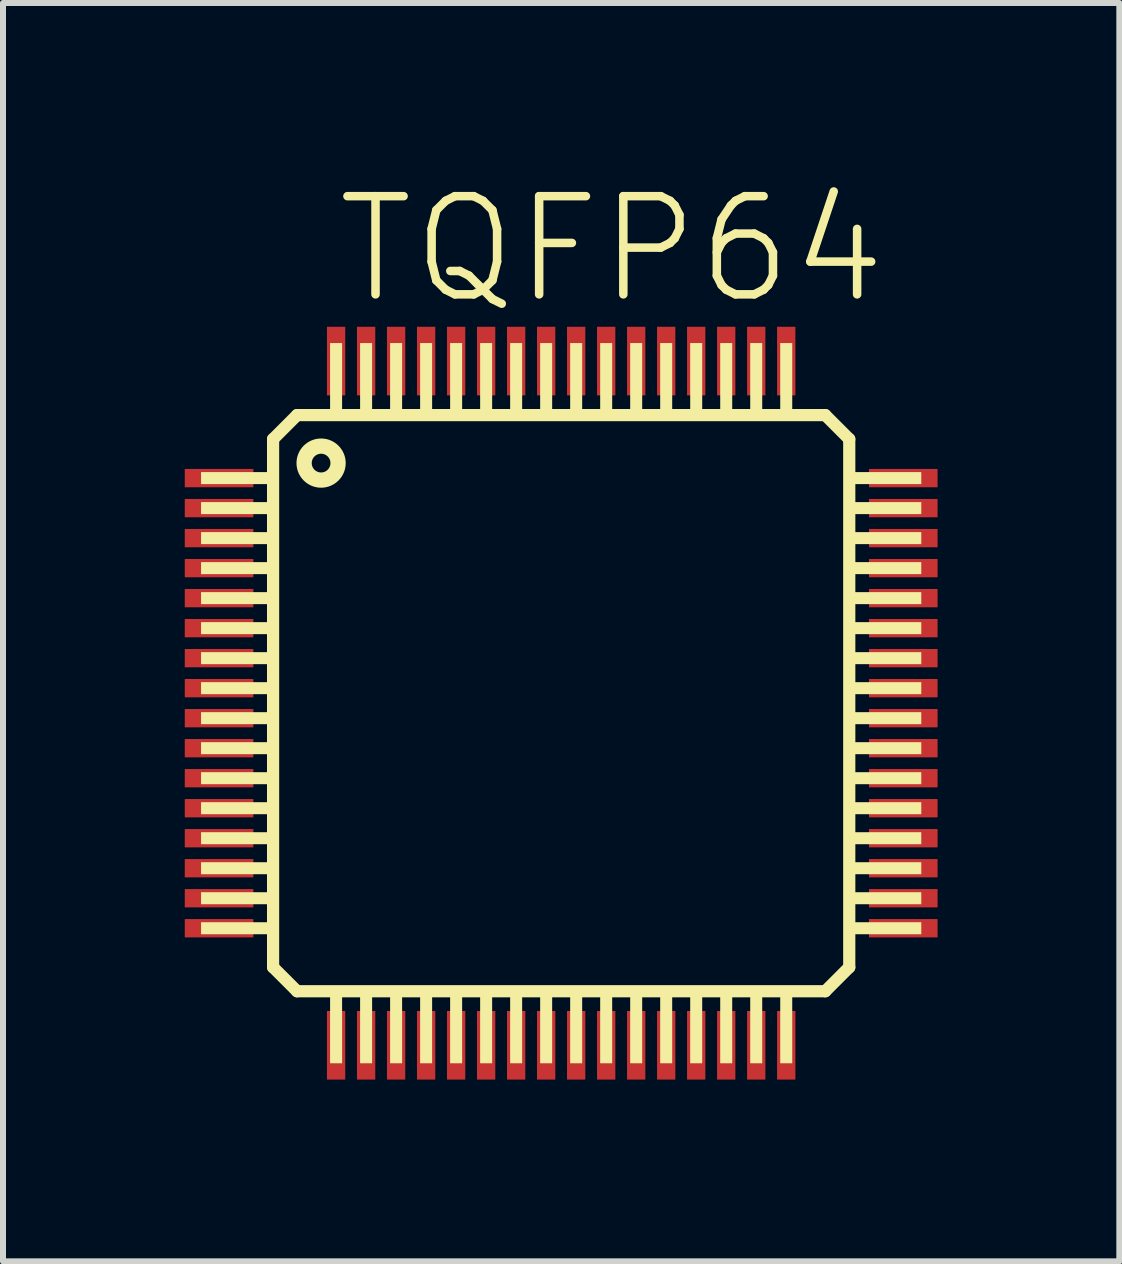
<source format=kicad_pcb>
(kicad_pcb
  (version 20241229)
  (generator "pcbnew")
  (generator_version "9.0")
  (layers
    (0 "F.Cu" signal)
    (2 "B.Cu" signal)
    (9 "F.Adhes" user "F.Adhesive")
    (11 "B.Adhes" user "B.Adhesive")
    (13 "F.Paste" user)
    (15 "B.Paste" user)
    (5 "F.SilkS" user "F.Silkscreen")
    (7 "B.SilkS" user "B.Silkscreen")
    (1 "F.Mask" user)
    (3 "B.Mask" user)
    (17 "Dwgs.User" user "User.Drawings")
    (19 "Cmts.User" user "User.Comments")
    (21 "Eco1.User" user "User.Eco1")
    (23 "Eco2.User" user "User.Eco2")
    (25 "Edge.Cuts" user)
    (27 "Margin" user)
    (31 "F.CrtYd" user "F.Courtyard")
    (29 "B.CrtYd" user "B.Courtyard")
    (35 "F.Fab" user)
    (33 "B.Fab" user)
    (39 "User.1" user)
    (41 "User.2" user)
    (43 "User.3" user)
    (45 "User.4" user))
  (footprint "TQFP64"
    (layer "F.Cu")
    (at 6.3 8.666)
    (property "Reference" "TQFP64" (at -3.81 -6.604 0) (layer "F.SilkS") (effects (font (size 1.636 1.636) (thickness 0.142)) (justify left bottom)))
    (fp_line (start -4.8 -4.4) (end -4.4 -4.8) (stroke (width 0.203) (type solid)) (layer "F.SilkS"))
    (fp_line (start -4.8 4.4) (end -4.8 -4.4) (stroke (width 0.203) (type solid)) (layer "F.SilkS"))
    (fp_line (start -4.4 -4.8) (end 4.4 -4.8) (stroke (width 0.203) (type solid)) (layer "F.SilkS"))
    (fp_line (start -4.4 4.8) (end -4.8 4.4) (stroke (width 0.203) (type solid)) (layer "F.SilkS"))
    (fp_line (start 4.4 -4.8) (end 4.8 -4.4) (stroke (width 0.203) (type solid)) (layer "F.SilkS"))
    (fp_line (start 4.4 4.8) (end -4.4 4.8) (stroke (width 0.203) (type solid)) (layer "F.SilkS"))
    (fp_line (start 4.8 -4.4) (end 4.8 4.4) (stroke (width 0.203) (type solid)) (layer "F.SilkS"))
    (fp_line (start 4.8 4.4) (end 4.4 4.8) (stroke (width 0.203) (type solid)) (layer "F.SilkS"))
    (fp_circle (center -4 -4) (end -3.717 -4) (stroke (width 0.254) (type solid)) (fill no) (layer "F.SilkS"))
    (fp_poly (pts (xy -6 -3.65) (xy -4.8 -3.65) (xy -4.8 -3.85) (xy -6 -3.85)) (stroke (width 0) (type solid)) (fill yes) (layer "F.SilkS"))
    (fp_poly (pts (xy -6 -3.15) (xy -4.8 -3.15) (xy -4.8 -3.35) (xy -6 -3.35)) (stroke (width 0) (type solid)) (fill yes) (layer "F.SilkS"))
    (fp_poly (pts (xy -6 -2.65) (xy -4.8 -2.65) (xy -4.8 -2.85) (xy -6 -2.85)) (stroke (width 0) (type solid)) (fill yes) (layer "F.SilkS"))
    (fp_poly (pts (xy -6 -2.15) (xy -4.8 -2.15) (xy -4.8 -2.35) (xy -6 -2.35)) (stroke (width 0) (type solid)) (fill yes) (layer "F.SilkS"))
    (fp_poly (pts (xy -6 -1.65) (xy -4.8 -1.65) (xy -4.8 -1.85) (xy -6 -1.85)) (stroke (width 0) (type solid)) (fill yes) (layer "F.SilkS"))
    (fp_poly (pts (xy -6 -1.15) (xy -4.8 -1.15) (xy -4.8 -1.35) (xy -6 -1.35)) (stroke (width 0) (type solid)) (fill yes) (layer "F.SilkS"))
    (fp_poly (pts (xy -6 -0.65) (xy -4.8 -0.65) (xy -4.8 -0.85) (xy -6 -0.85)) (stroke (width 0) (type solid)) (fill yes) (layer "F.SilkS"))
    (fp_poly (pts (xy -6 -0.15) (xy -4.8 -0.15) (xy -4.8 -0.35) (xy -6 -0.35)) (stroke (width 0) (type solid)) (fill yes) (layer "F.SilkS"))
    (fp_poly (pts (xy -6 0.35) (xy -4.8 0.35) (xy -4.8 0.15) (xy -6 0.15)) (stroke (width 0) (type solid)) (fill yes) (layer "F.SilkS"))
    (fp_poly (pts (xy -6 0.85) (xy -4.8 0.85) (xy -4.8 0.65) (xy -6 0.65)) (stroke (width 0) (type solid)) (fill yes) (layer "F.SilkS"))
    (fp_poly (pts (xy -6 1.35) (xy -4.8 1.35) (xy -4.8 1.15) (xy -6 1.15)) (stroke (width 0) (type solid)) (fill yes) (layer "F.SilkS"))
    (fp_poly (pts (xy -6 1.85) (xy -4.8 1.85) (xy -4.8 1.65) (xy -6 1.65)) (stroke (width 0) (type solid)) (fill yes) (layer "F.SilkS"))
    (fp_poly (pts (xy -6 2.35) (xy -4.8 2.35) (xy -4.8 2.15) (xy -6 2.15)) (stroke (width 0) (type solid)) (fill yes) (layer "F.SilkS"))
    (fp_poly (pts (xy -6 2.85) (xy -4.8 2.85) (xy -4.8 2.65) (xy -6 2.65)) (stroke (width 0) (type solid)) (fill yes) (layer "F.SilkS"))
    (fp_poly (pts (xy -6 3.35) (xy -4.8 3.35) (xy -4.8 3.15) (xy -6 3.15)) (stroke (width 0) (type solid)) (fill yes) (layer "F.SilkS"))
    (fp_poly (pts (xy -6 3.85) (xy -4.8 3.85) (xy -4.8 3.65) (xy -6 3.65)) (stroke (width 0) (type solid)) (fill yes) (layer "F.SilkS"))
    (fp_poly (pts (xy -3.85 -4.8) (xy -3.65 -4.8) (xy -3.65 -6) (xy -3.85 -6)) (stroke (width 0) (type solid)) (fill yes) (layer "F.SilkS"))
    (fp_poly (pts (xy -3.85 6) (xy -3.65 6) (xy -3.65 4.8) (xy -3.85 4.8)) (stroke (width 0) (type solid)) (fill yes) (layer "F.SilkS"))
    (fp_poly (pts (xy -3.35 -4.8) (xy -3.15 -4.8) (xy -3.15 -6) (xy -3.35 -6)) (stroke (width 0) (type solid)) (fill yes) (layer "F.SilkS"))
    (fp_poly (pts (xy -3.35 6) (xy -3.15 6) (xy -3.15 4.8) (xy -3.35 4.8)) (stroke (width 0) (type solid)) (fill yes) (layer "F.SilkS"))
    (fp_poly (pts (xy -2.85 -4.8) (xy -2.65 -4.8) (xy -2.65 -6) (xy -2.85 -6)) (stroke (width 0) (type solid)) (fill yes) (layer "F.SilkS"))
    (fp_poly (pts (xy -2.85 6) (xy -2.65 6) (xy -2.65 4.8) (xy -2.85 4.8)) (stroke (width 0) (type solid)) (fill yes) (layer "F.SilkS"))
    (fp_poly (pts (xy -2.35 -4.8) (xy -2.15 -4.8) (xy -2.15 -6) (xy -2.35 -6)) (stroke (width 0) (type solid)) (fill yes) (layer "F.SilkS"))
    (fp_poly (pts (xy -2.35 6) (xy -2.15 6) (xy -2.15 4.8) (xy -2.35 4.8)) (stroke (width 0) (type solid)) (fill yes) (layer "F.SilkS"))
    (fp_poly (pts (xy -1.85 -4.8) (xy -1.65 -4.8) (xy -1.65 -6) (xy -1.85 -6)) (stroke (width 0) (type solid)) (fill yes) (layer "F.SilkS"))
    (fp_poly (pts (xy -1.85 6) (xy -1.65 6) (xy -1.65 4.8) (xy -1.85 4.8)) (stroke (width 0) (type solid)) (fill yes) (layer "F.SilkS"))
    (fp_poly (pts (xy -1.35 -4.8) (xy -1.15 -4.8) (xy -1.15 -6) (xy -1.35 -6)) (stroke (width 0) (type solid)) (fill yes) (layer "F.SilkS"))
    (fp_poly (pts (xy -1.35 6) (xy -1.15 6) (xy -1.15 4.8) (xy -1.35 4.8)) (stroke (width 0) (type solid)) (fill yes) (layer "F.SilkS"))
    (fp_poly (pts (xy -0.85 -4.8) (xy -0.65 -4.8) (xy -0.65 -6) (xy -0.85 -6)) (stroke (width 0) (type solid)) (fill yes) (layer "F.SilkS"))
    (fp_poly (pts (xy -0.85 6) (xy -0.65 6) (xy -0.65 4.8) (xy -0.85 4.8)) (stroke (width 0) (type solid)) (fill yes) (layer "F.SilkS"))
    (fp_poly (pts (xy -0.35 -4.8) (xy -0.15 -4.8) (xy -0.15 -6) (xy -0.35 -6)) (stroke (width 0) (type solid)) (fill yes) (layer "F.SilkS"))
    (fp_poly (pts (xy -0.35 6) (xy -0.15 6) (xy -0.15 4.8) (xy -0.35 4.8)) (stroke (width 0) (type solid)) (fill yes) (layer "F.SilkS"))
    (fp_poly (pts (xy 0.15 -4.8) (xy 0.35 -4.8) (xy 0.35 -6) (xy 0.15 -6)) (stroke (width 0) (type solid)) (fill yes) (layer "F.SilkS"))
    (fp_poly (pts (xy 0.15 6) (xy 0.35 6) (xy 0.35 4.8) (xy 0.15 4.8)) (stroke (width 0) (type solid)) (fill yes) (layer "F.SilkS"))
    (fp_poly (pts (xy 0.65 -4.8) (xy 0.85 -4.8) (xy 0.85 -6) (xy 0.65 -6)) (stroke (width 0) (type solid)) (fill yes) (layer "F.SilkS"))
    (fp_poly (pts (xy 0.65 6) (xy 0.85 6) (xy 0.85 4.8) (xy 0.65 4.8)) (stroke (width 0) (type solid)) (fill yes) (layer "F.SilkS"))
    (fp_poly (pts (xy 1.15 -4.8) (xy 1.35 -4.8) (xy 1.35 -6) (xy 1.15 -6)) (stroke (width 0) (type solid)) (fill yes) (layer "F.SilkS"))
    (fp_poly (pts (xy 1.15 6) (xy 1.35 6) (xy 1.35 4.8) (xy 1.15 4.8)) (stroke (width 0) (type solid)) (fill yes) (layer "F.SilkS"))
    (fp_poly (pts (xy 1.65 -4.8) (xy 1.85 -4.8) (xy 1.85 -6) (xy 1.65 -6)) (stroke (width 0) (type solid)) (fill yes) (layer "F.SilkS"))
    (fp_poly (pts (xy 1.65 6) (xy 1.85 6) (xy 1.85 4.8) (xy 1.65 4.8)) (stroke (width 0) (type solid)) (fill yes) (layer "F.SilkS"))
    (fp_poly (pts (xy 2.15 -4.8) (xy 2.35 -4.8) (xy 2.35 -6) (xy 2.15 -6)) (stroke (width 0) (type solid)) (fill yes) (layer "F.SilkS"))
    (fp_poly (pts (xy 2.15 6) (xy 2.35 6) (xy 2.35 4.8) (xy 2.15 4.8)) (stroke (width 0) (type solid)) (fill yes) (layer "F.SilkS"))
    (fp_poly (pts (xy 2.65 -4.8) (xy 2.85 -4.8) (xy 2.85 -6) (xy 2.65 -6)) (stroke (width 0) (type solid)) (fill yes) (layer "F.SilkS"))
    (fp_poly (pts (xy 2.65 6) (xy 2.85 6) (xy 2.85 4.8) (xy 2.65 4.8)) (stroke (width 0) (type solid)) (fill yes) (layer "F.SilkS"))
    (fp_poly (pts (xy 3.15 -4.8) (xy 3.35 -4.8) (xy 3.35 -6) (xy 3.15 -6)) (stroke (width 0) (type solid)) (fill yes) (layer "F.SilkS"))
    (fp_poly (pts (xy 3.15 6) (xy 3.35 6) (xy 3.35 4.8) (xy 3.15 4.8)) (stroke (width 0) (type solid)) (fill yes) (layer "F.SilkS"))
    (fp_poly (pts (xy 3.65 -4.8) (xy 3.85 -4.8) (xy 3.85 -6) (xy 3.65 -6)) (stroke (width 0) (type solid)) (fill yes) (layer "F.SilkS"))
    (fp_poly (pts (xy 3.65 6) (xy 3.85 6) (xy 3.85 4.8) (xy 3.65 4.8)) (stroke (width 0) (type solid)) (fill yes) (layer "F.SilkS"))
    (fp_poly (pts (xy 4.8 -3.65) (xy 6 -3.65) (xy 6 -3.85) (xy 4.8 -3.85)) (stroke (width 0) (type solid)) (fill yes) (layer "F.SilkS"))
    (fp_poly (pts (xy 4.8 -3.15) (xy 6 -3.15) (xy 6 -3.35) (xy 4.8 -3.35)) (stroke (width 0) (type solid)) (fill yes) (layer "F.SilkS"))
    (fp_poly (pts (xy 4.8 -2.65) (xy 6 -2.65) (xy 6 -2.85) (xy 4.8 -2.85)) (stroke (width 0) (type solid)) (fill yes) (layer "F.SilkS"))
    (fp_poly (pts (xy 4.8 -2.15) (xy 6 -2.15) (xy 6 -2.35) (xy 4.8 -2.35)) (stroke (width 0) (type solid)) (fill yes) (layer "F.SilkS"))
    (fp_poly (pts (xy 4.8 -1.65) (xy 6 -1.65) (xy 6 -1.85) (xy 4.8 -1.85)) (stroke (width 0) (type solid)) (fill yes) (layer "F.SilkS"))
    (fp_poly (pts (xy 4.8 -1.15) (xy 6 -1.15) (xy 6 -1.35) (xy 4.8 -1.35)) (stroke (width 0) (type solid)) (fill yes) (layer "F.SilkS"))
    (fp_poly (pts (xy 4.8 -0.65) (xy 6 -0.65) (xy 6 -0.85) (xy 4.8 -0.85)) (stroke (width 0) (type solid)) (fill yes) (layer "F.SilkS"))
    (fp_poly (pts (xy 4.8 -0.15) (xy 6 -0.15) (xy 6 -0.35) (xy 4.8 -0.35)) (stroke (width 0) (type solid)) (fill yes) (layer "F.SilkS"))
    (fp_poly (pts (xy 4.8 0.35) (xy 6 0.35) (xy 6 0.15) (xy 4.8 0.15)) (stroke (width 0) (type solid)) (fill yes) (layer "F.SilkS"))
    (fp_poly (pts (xy 4.8 0.85) (xy 6 0.85) (xy 6 0.65) (xy 4.8 0.65)) (stroke (width 0) (type solid)) (fill yes) (layer "F.SilkS"))
    (fp_poly (pts (xy 4.8 1.35) (xy 6 1.35) (xy 6 1.15) (xy 4.8 1.15)) (stroke (width 0) (type solid)) (fill yes) (layer "F.SilkS"))
    (fp_poly (pts (xy 4.8 1.85) (xy 6 1.85) (xy 6 1.65) (xy 4.8 1.65)) (stroke (width 0) (type solid)) (fill yes) (layer "F.SilkS"))
    (fp_poly (pts (xy 4.8 2.35) (xy 6 2.35) (xy 6 2.15) (xy 4.8 2.15)) (stroke (width 0) (type solid)) (fill yes) (layer "F.SilkS"))
    (fp_poly (pts (xy 4.8 2.85) (xy 6 2.85) (xy 6 2.65) (xy 4.8 2.65)) (stroke (width 0) (type solid)) (fill yes) (layer "F.SilkS"))
    (fp_poly (pts (xy 4.8 3.35) (xy 6 3.35) (xy 6 3.15) (xy 4.8 3.15)) (stroke (width 0) (type solid)) (fill yes) (layer "F.SilkS"))
    (fp_poly (pts (xy 4.8 3.85) (xy 6 3.85) (xy 6 3.65) (xy 4.8 3.65)) (stroke (width 0) (type solid)) (fill yes) (layer "F.SilkS"))
    (fp_poly (pts (xy -6.3 -3.6) (xy -5.4 -3.6) (xy -5.4 -3.9) (xy -6.3 -3.9)) (stroke (width 0) (type solid)) (fill yes) (layer "F.Paste"))
    (fp_poly (pts (xy -6.3 -3.1) (xy -5.4 -3.1) (xy -5.4 -3.4) (xy -6.3 -3.4)) (stroke (width 0) (type solid)) (fill yes) (layer "F.Paste"))
    (fp_poly (pts (xy -6.3 -2.6) (xy -5.4 -2.6) (xy -5.4 -2.9) (xy -6.3 -2.9)) (stroke (width 0) (type solid)) (fill yes) (layer "F.Paste"))
    (fp_poly (pts (xy -6.3 -2.1) (xy -5.4 -2.1) (xy -5.4 -2.4) (xy -6.3 -2.4)) (stroke (width 0) (type solid)) (fill yes) (layer "F.Paste"))
    (fp_poly (pts (xy -6.3 -1.6) (xy -5.4 -1.6) (xy -5.4 -1.9) (xy -6.3 -1.9)) (stroke (width 0) (type solid)) (fill yes) (layer "F.Paste"))
    (fp_poly (pts (xy -6.3 -1.1) (xy -5.4 -1.1) (xy -5.4 -1.4) (xy -6.3 -1.4)) (stroke (width 0) (type solid)) (fill yes) (layer "F.Paste"))
    (fp_poly (pts (xy -6.3 -0.6) (xy -5.4 -0.6) (xy -5.4 -0.9) (xy -6.3 -0.9)) (stroke (width 0) (type solid)) (fill yes) (layer "F.Paste"))
    (fp_poly (pts (xy -6.3 -0.1) (xy -5.4 -0.1) (xy -5.4 -0.4) (xy -6.3 -0.4)) (stroke (width 0) (type solid)) (fill yes) (layer "F.Paste"))
    (fp_poly (pts (xy -6.3 0.4) (xy -5.4 0.4) (xy -5.4 0.1) (xy -6.3 0.1)) (stroke (width 0) (type solid)) (fill yes) (layer "F.Paste"))
    (fp_poly (pts (xy -6.3 0.9) (xy -5.4 0.9) (xy -5.4 0.6) (xy -6.3 0.6)) (stroke (width 0) (type solid)) (fill yes) (layer "F.Paste"))
    (fp_poly (pts (xy -6.3 1.4) (xy -5.4 1.4) (xy -5.4 1.1) (xy -6.3 1.1)) (stroke (width 0) (type solid)) (fill yes) (layer "F.Paste"))
    (fp_poly (pts (xy -6.3 1.9) (xy -5.4 1.9) (xy -5.4 1.6) (xy -6.3 1.6)) (stroke (width 0) (type solid)) (fill yes) (layer "F.Paste"))
    (fp_poly (pts (xy -6.3 2.4) (xy -5.4 2.4) (xy -5.4 2.1) (xy -6.3 2.1)) (stroke (width 0) (type solid)) (fill yes) (layer "F.Paste"))
    (fp_poly (pts (xy -6.3 2.9) (xy -5.4 2.9) (xy -5.4 2.6) (xy -6.3 2.6)) (stroke (width 0) (type solid)) (fill yes) (layer "F.Paste"))
    (fp_poly (pts (xy -6.3 3.4) (xy -5.4 3.4) (xy -5.4 3.1) (xy -6.3 3.1)) (stroke (width 0) (type solid)) (fill yes) (layer "F.Paste"))
    (fp_poly (pts (xy -6.3 3.9) (xy -5.4 3.9) (xy -5.4 3.6) (xy -6.3 3.6)) (stroke (width 0) (type solid)) (fill yes) (layer "F.Paste"))
    (fp_poly (pts (xy -3.6 -5.4) (xy -3.6 -6.3) (xy -3.9 -6.3) (xy -3.9 -5.4)) (stroke (width 0) (type solid)) (fill yes) (layer "F.Paste"))
    (fp_poly (pts (xy -3.6 6.3) (xy -3.6 5.4) (xy -3.9 5.4) (xy -3.9 6.3)) (stroke (width 0) (type solid)) (fill yes) (layer "F.Paste"))
    (fp_poly (pts (xy -3.1 -5.4) (xy -3.1 -6.3) (xy -3.4 -6.3) (xy -3.4 -5.4)) (stroke (width 0) (type solid)) (fill yes) (layer "F.Paste"))
    (fp_poly (pts (xy -3.1 6.3) (xy -3.1 5.4) (xy -3.4 5.4) (xy -3.4 6.3)) (stroke (width 0) (type solid)) (fill yes) (layer "F.Paste"))
    (fp_poly (pts (xy -2.6 -5.4) (xy -2.6 -6.3) (xy -2.9 -6.3) (xy -2.9 -5.4)) (stroke (width 0) (type solid)) (fill yes) (layer "F.Paste"))
    (fp_poly (pts (xy -2.6 6.3) (xy -2.6 5.4) (xy -2.9 5.4) (xy -2.9 6.3)) (stroke (width 0) (type solid)) (fill yes) (layer "F.Paste"))
    (fp_poly (pts (xy -2.1 -5.4) (xy -2.1 -6.3) (xy -2.4 -6.3) (xy -2.4 -5.4)) (stroke (width 0) (type solid)) (fill yes) (layer "F.Paste"))
    (fp_poly (pts (xy -2.1 6.3) (xy -2.1 5.4) (xy -2.4 5.4) (xy -2.4 6.3)) (stroke (width 0) (type solid)) (fill yes) (layer "F.Paste"))
    (fp_poly (pts (xy -1.6 -5.4) (xy -1.6 -6.3) (xy -1.9 -6.3) (xy -1.9 -5.4)) (stroke (width 0) (type solid)) (fill yes) (layer "F.Paste"))
    (fp_poly (pts (xy -1.6 6.3) (xy -1.6 5.4) (xy -1.9 5.4) (xy -1.9 6.3)) (stroke (width 0) (type solid)) (fill yes) (layer "F.Paste"))
    (fp_poly (pts (xy -1.1 -5.4) (xy -1.1 -6.3) (xy -1.4 -6.3) (xy -1.4 -5.4)) (stroke (width 0) (type solid)) (fill yes) (layer "F.Paste"))
    (fp_poly (pts (xy -1.1 6.3) (xy -1.1 5.4) (xy -1.4 5.4) (xy -1.4 6.3)) (stroke (width 0) (type solid)) (fill yes) (layer "F.Paste"))
    (fp_poly (pts (xy -0.6 -5.4) (xy -0.6 -6.3) (xy -0.9 -6.3) (xy -0.9 -5.4)) (stroke (width 0) (type solid)) (fill yes) (layer "F.Paste"))
    (fp_poly (pts (xy -0.6 6.3) (xy -0.6 5.4) (xy -0.9 5.4) (xy -0.9 6.3)) (stroke (width 0) (type solid)) (fill yes) (layer "F.Paste"))
    (fp_poly (pts (xy -0.1 -5.4) (xy -0.1 -6.3) (xy -0.4 -6.3) (xy -0.4 -5.4)) (stroke (width 0) (type solid)) (fill yes) (layer "F.Paste"))
    (fp_poly (pts (xy -0.1 6.3) (xy -0.1 5.4) (xy -0.4 5.4) (xy -0.4 6.3)) (stroke (width 0) (type solid)) (fill yes) (layer "F.Paste"))
    (fp_poly (pts (xy 0.4 -5.4) (xy 0.4 -6.3) (xy 0.1 -6.3) (xy 0.1 -5.4)) (stroke (width 0) (type solid)) (fill yes) (layer "F.Paste"))
    (fp_poly (pts (xy 0.4 6.3) (xy 0.4 5.4) (xy 0.1 5.4) (xy 0.1 6.3)) (stroke (width 0) (type solid)) (fill yes) (layer "F.Paste"))
    (fp_poly (pts (xy 0.9 -5.4) (xy 0.9 -6.3) (xy 0.6 -6.3) (xy 0.6 -5.4)) (stroke (width 0) (type solid)) (fill yes) (layer "F.Paste"))
    (fp_poly (pts (xy 0.9 6.3) (xy 0.9 5.4) (xy 0.6 5.4) (xy 0.6 6.3)) (stroke (width 0) (type solid)) (fill yes) (layer "F.Paste"))
    (fp_poly (pts (xy 1.4 -5.4) (xy 1.4 -6.3) (xy 1.1 -6.3) (xy 1.1 -5.4)) (stroke (width 0) (type solid)) (fill yes) (layer "F.Paste"))
    (fp_poly (pts (xy 1.4 6.3) (xy 1.4 5.4) (xy 1.1 5.4) (xy 1.1 6.3)) (stroke (width 0) (type solid)) (fill yes) (layer "F.Paste"))
    (fp_poly (pts (xy 1.9 -5.4) (xy 1.9 -6.3) (xy 1.6 -6.3) (xy 1.6 -5.4)) (stroke (width 0) (type solid)) (fill yes) (layer "F.Paste"))
    (fp_poly (pts (xy 1.9 6.3) (xy 1.9 5.4) (xy 1.6 5.4) (xy 1.6 6.3)) (stroke (width 0) (type solid)) (fill yes) (layer "F.Paste"))
    (fp_poly (pts (xy 2.4 -5.4) (xy 2.4 -6.3) (xy 2.1 -6.3) (xy 2.1 -5.4)) (stroke (width 0) (type solid)) (fill yes) (layer "F.Paste"))
    (fp_poly (pts (xy 2.4 6.3) (xy 2.4 5.4) (xy 2.1 5.4) (xy 2.1 6.3)) (stroke (width 0) (type solid)) (fill yes) (layer "F.Paste"))
    (fp_poly (pts (xy 2.9 -5.4) (xy 2.9 -6.3) (xy 2.6 -6.3) (xy 2.6 -5.4)) (stroke (width 0) (type solid)) (fill yes) (layer "F.Paste"))
    (fp_poly (pts (xy 2.9 6.3) (xy 2.9 5.4) (xy 2.6 5.4) (xy 2.6 6.3)) (stroke (width 0) (type solid)) (fill yes) (layer "F.Paste"))
    (fp_poly (pts (xy 3.4 -5.4) (xy 3.4 -6.3) (xy 3.1 -6.3) (xy 3.1 -5.4)) (stroke (width 0) (type solid)) (fill yes) (layer "F.Paste"))
    (fp_poly (pts (xy 3.4 6.3) (xy 3.4 5.4) (xy 3.1 5.4) (xy 3.1 6.3)) (stroke (width 0) (type solid)) (fill yes) (layer "F.Paste"))
    (fp_poly (pts (xy 3.9 -5.4) (xy 3.9 -6.3) (xy 3.6 -6.3) (xy 3.6 -5.4)) (stroke (width 0) (type solid)) (fill yes) (layer "F.Paste"))
    (fp_poly (pts (xy 3.9 6.3) (xy 3.9 5.4) (xy 3.6 5.4) (xy 3.6 6.3)) (stroke (width 0) (type solid)) (fill yes) (layer "F.Paste"))
    (fp_poly (pts (xy 5.4 -3.6) (xy 6.3 -3.6) (xy 6.3 -3.9) (xy 5.4 -3.9)) (stroke (width 0) (type solid)) (fill yes) (layer "F.Paste"))
    (fp_poly (pts (xy 5.4 -3.1) (xy 6.3 -3.1) (xy 6.3 -3.4) (xy 5.4 -3.4)) (stroke (width 0) (type solid)) (fill yes) (layer "F.Paste"))
    (fp_poly (pts (xy 5.4 -2.6) (xy 6.3 -2.6) (xy 6.3 -2.9) (xy 5.4 -2.9)) (stroke (width 0) (type solid)) (fill yes) (layer "F.Paste"))
    (fp_poly (pts (xy 5.4 -2.1) (xy 6.3 -2.1) (xy 6.3 -2.4) (xy 5.4 -2.4)) (stroke (width 0) (type solid)) (fill yes) (layer "F.Paste"))
    (fp_poly (pts (xy 5.4 -1.6) (xy 6.3 -1.6) (xy 6.3 -1.9) (xy 5.4 -1.9)) (stroke (width 0) (type solid)) (fill yes) (layer "F.Paste"))
    (fp_poly (pts (xy 5.4 -1.1) (xy 6.3 -1.1) (xy 6.3 -1.4) (xy 5.4 -1.4)) (stroke (width 0) (type solid)) (fill yes) (layer "F.Paste"))
    (fp_poly (pts (xy 5.4 -0.6) (xy 6.3 -0.6) (xy 6.3 -0.9) (xy 5.4 -0.9)) (stroke (width 0) (type solid)) (fill yes) (layer "F.Paste"))
    (fp_poly (pts (xy 5.4 -0.1) (xy 6.3 -0.1) (xy 6.3 -0.4) (xy 5.4 -0.4)) (stroke (width 0) (type solid)) (fill yes) (layer "F.Paste"))
    (fp_poly (pts (xy 5.4 0.4) (xy 6.3 0.4) (xy 6.3 0.1) (xy 5.4 0.1)) (stroke (width 0) (type solid)) (fill yes) (layer "F.Paste"))
    (fp_poly (pts (xy 5.4 0.9) (xy 6.3 0.9) (xy 6.3 0.6) (xy 5.4 0.6)) (stroke (width 0) (type solid)) (fill yes) (layer "F.Paste"))
    (fp_poly (pts (xy 5.4 1.4) (xy 6.3 1.4) (xy 6.3 1.1) (xy 5.4 1.1)) (stroke (width 0) (type solid)) (fill yes) (layer "F.Paste"))
    (fp_poly (pts (xy 5.4 1.9) (xy 6.3 1.9) (xy 6.3 1.6) (xy 5.4 1.6)) (stroke (width 0) (type solid)) (fill yes) (layer "F.Paste"))
    (fp_poly (pts (xy 5.4 2.4) (xy 6.3 2.4) (xy 6.3 2.1) (xy 5.4 2.1)) (stroke (width 0) (type solid)) (fill yes) (layer "F.Paste"))
    (fp_poly (pts (xy 5.4 2.9) (xy 6.3 2.9) (xy 6.3 2.6) (xy 5.4 2.6)) (stroke (width 0) (type solid)) (fill yes) (layer "F.Paste"))
    (fp_poly (pts (xy 5.4 3.4) (xy 6.3 3.4) (xy 6.3 3.1) (xy 5.4 3.1)) (stroke (width 0) (type solid)) (fill yes) (layer "F.Paste"))
    (fp_poly (pts (xy 5.4 3.9) (xy 6.3 3.9) (xy 6.3 3.6) (xy 5.4 3.6)) (stroke (width 0) (type solid)) (fill yes) (layer "F.Paste"))
    (pad "1" smd rect (at -5.7 -3.75) (size 1.143 0.305) (layers "F.Cu" "F.Mask"))
    (pad "2" smd rect (at -5.7 -3.25) (size 1.143 0.305) (layers "F.Cu" "F.Mask"))
    (pad "3" smd rect (at -5.7 -2.75) (size 1.143 0.305) (layers "F.Cu" "F.Mask"))
    (pad "4" smd rect (at -5.7 -2.25) (size 1.143 0.305) (layers "F.Cu" "F.Mask"))
    (pad "5" smd rect (at -5.7 -1.75) (size 1.143 0.305) (layers "F.Cu" "F.Mask"))
    (pad "6" smd rect (at -5.7 -1.25) (size 1.143 0.305) (layers "F.Cu" "F.Mask"))
    (pad "7" smd rect (at -5.7 -0.75) (size 1.143 0.305) (layers "F.Cu" "F.Mask"))
    (pad "8" smd rect (at -5.7 -0.25) (size 1.143 0.305) (layers "F.Cu" "F.Mask"))
    (pad "9" smd rect (at -5.7 0.25) (size 1.143 0.305) (layers "F.Cu" "F.Mask"))
    (pad "10" smd rect (at -5.7 0.75) (size 1.143 0.305) (layers "F.Cu" "F.Mask"))
    (pad "11" smd rect (at -5.7 1.25) (size 1.143 0.305) (layers "F.Cu" "F.Mask"))
    (pad "12" smd rect (at -5.7 1.75) (size 1.143 0.305) (layers "F.Cu" "F.Mask"))
    (pad "13" smd rect (at -5.7 2.25) (size 1.143 0.305) (layers "F.Cu" "F.Mask"))
    (pad "14" smd rect (at -5.7 2.75) (size 1.143 0.305) (layers "F.Cu" "F.Mask"))
    (pad "15" smd rect (at -5.7 3.25) (size 1.143 0.305) (layers "F.Cu" "F.Mask"))
    (pad "16" smd rect (at -5.7 3.75) (size 1.143 0.305) (layers "F.Cu" "F.Mask"))
    (pad "17" smd rect (at -3.75 5.7) (size 0.305 1.143) (layers "F.Cu" "F.Mask"))
    (pad "18" smd rect (at -3.25 5.7) (size 0.305 1.143) (layers "F.Cu" "F.Mask"))
    (pad "19" smd rect (at -2.75 5.7) (size 0.305 1.143) (layers "F.Cu" "F.Mask"))
    (pad "20" smd rect (at -2.25 5.7) (size 0.305 1.143) (layers "F.Cu" "F.Mask"))
    (pad "21" smd rect (at -1.75 5.7) (size 0.305 1.143) (layers "F.Cu" "F.Mask"))
    (pad "22" smd rect (at -1.25 5.7) (size 0.305 1.143) (layers "F.Cu" "F.Mask"))
    (pad "23" smd rect (at -0.75 5.7) (size 0.305 1.143) (layers "F.Cu" "F.Mask"))
    (pad "24" smd rect (at -0.25 5.7) (size 0.305 1.143) (layers "F.Cu" "F.Mask"))
    (pad "25" smd rect (at 0.25 5.7) (size 0.305 1.143) (layers "F.Cu" "F.Mask"))
    (pad "26" smd rect (at 0.75 5.7) (size 0.305 1.143) (layers "F.Cu" "F.Mask"))
    (pad "27" smd rect (at 1.25 5.7) (size 0.305 1.143) (layers "F.Cu" "F.Mask"))
    (pad "28" smd rect (at 1.75 5.7) (size 0.305 1.143) (layers "F.Cu" "F.Mask"))
    (pad "29" smd rect (at 2.25 5.7) (size 0.305 1.143) (layers "F.Cu" "F.Mask"))
    (pad "30" smd rect (at 2.75 5.7) (size 0.305 1.143) (layers "F.Cu" "F.Mask"))
    (pad "31" smd rect (at 3.25 5.7) (size 0.305 1.143) (layers "F.Cu" "F.Mask"))
    (pad "32" smd rect (at 3.75 5.7) (size 0.305 1.143) (layers "F.Cu" "F.Mask"))
    (pad "33" smd rect (at 5.7 3.75) (size 1.143 0.305) (layers "F.Cu" "F.Mask"))
    (pad "34" smd rect (at 5.7 3.25) (size 1.143 0.305) (layers "F.Cu" "F.Mask"))
    (pad "35" smd rect (at 5.7 2.75) (size 1.143 0.305) (layers "F.Cu" "F.Mask"))
    (pad "36" smd rect (at 5.7 2.25) (size 1.143 0.305) (layers "F.Cu" "F.Mask"))
    (pad "37" smd rect (at 5.7 1.75) (size 1.143 0.305) (layers "F.Cu" "F.Mask"))
    (pad "38" smd rect (at 5.7 1.25) (size 1.143 0.305) (layers "F.Cu" "F.Mask"))
    (pad "39" smd rect (at 5.7 0.75) (size 1.143 0.305) (layers "F.Cu" "F.Mask"))
    (pad "40" smd rect (at 5.7 0.25) (size 1.143 0.305) (layers "F.Cu" "F.Mask"))
    (pad "41" smd rect (at 5.7 -0.25) (size 1.143 0.305) (layers "F.Cu" "F.Mask"))
    (pad "42" smd rect (at 5.7 -0.75) (size 1.143 0.305) (layers "F.Cu" "F.Mask"))
    (pad "43" smd rect (at 5.7 -1.25) (size 1.143 0.305) (layers "F.Cu" "F.Mask"))
    (pad "44" smd rect (at 5.7 -1.75) (size 1.143 0.305) (layers "F.Cu" "F.Mask"))
    (pad "45" smd rect (at 5.7 -2.25) (size 1.143 0.305) (layers "F.Cu" "F.Mask"))
    (pad "46" smd rect (at 5.7 -2.75) (size 1.143 0.305) (layers "F.Cu" "F.Mask"))
    (pad "47" smd rect (at 5.7 -3.25) (size 1.143 0.305) (layers "F.Cu" "F.Mask"))
    (pad "48" smd rect (at 5.7 -3.75) (size 1.143 0.305) (layers "F.Cu" "F.Mask"))
    (pad "49" smd rect (at 3.75 -5.7) (size 0.305 1.143) (layers "F.Cu" "F.Mask"))
    (pad "50" smd rect (at 3.25 -5.7) (size 0.305 1.143) (layers "F.Cu" "F.Mask"))
    (pad "51" smd rect (at 2.75 -5.7) (size 0.305 1.143) (layers "F.Cu" "F.Mask"))
    (pad "52" smd rect (at 2.25 -5.7) (size 0.305 1.143) (layers "F.Cu" "F.Mask"))
    (pad "53" smd rect (at 1.75 -5.7) (size 0.305 1.143) (layers "F.Cu" "F.Mask"))
    (pad "54" smd rect (at 1.25 -5.7) (size 0.305 1.143) (layers "F.Cu" "F.Mask"))
    (pad "55" smd rect (at 0.75 -5.7) (size 0.305 1.143) (layers "F.Cu" "F.Mask"))
    (pad "56" smd rect (at 0.25 -5.7) (size 0.305 1.143) (layers "F.Cu" "F.Mask"))
    (pad "57" smd rect (at -0.25 -5.7) (size 0.305 1.143) (layers "F.Cu" "F.Mask"))
    (pad "58" smd rect (at -0.75 -5.7) (size 0.305 1.143) (layers "F.Cu" "F.Mask"))
    (pad "59" smd rect (at -1.25 -5.7) (size 0.305 1.143) (layers "F.Cu" "F.Mask"))
    (pad "60" smd rect (at -1.75 -5.7) (size 0.305 1.143) (layers "F.Cu" "F.Mask"))
    (pad "61" smd rect (at -2.25 -5.7) (size 0.305 1.143) (layers "F.Cu" "F.Mask"))
    (pad "62" smd rect (at -2.75 -5.7) (size 0.305 1.143) (layers "F.Cu" "F.Mask"))
    (pad "63" smd rect (at -3.25 -5.7) (size 0.305 1.143) (layers "F.Cu" "F.Mask"))
    (pad "64" smd rect (at -3.75 -5.7) (size 0.305 1.143) (layers "F.Cu" "F.Mask")))
  (gr_rect
    (start -3 -3)
    (end 15.6 17.966)
    (stroke (width 0.1) (type default))
    (fill no)
    (layer "Edge.Cuts")))
</source>
